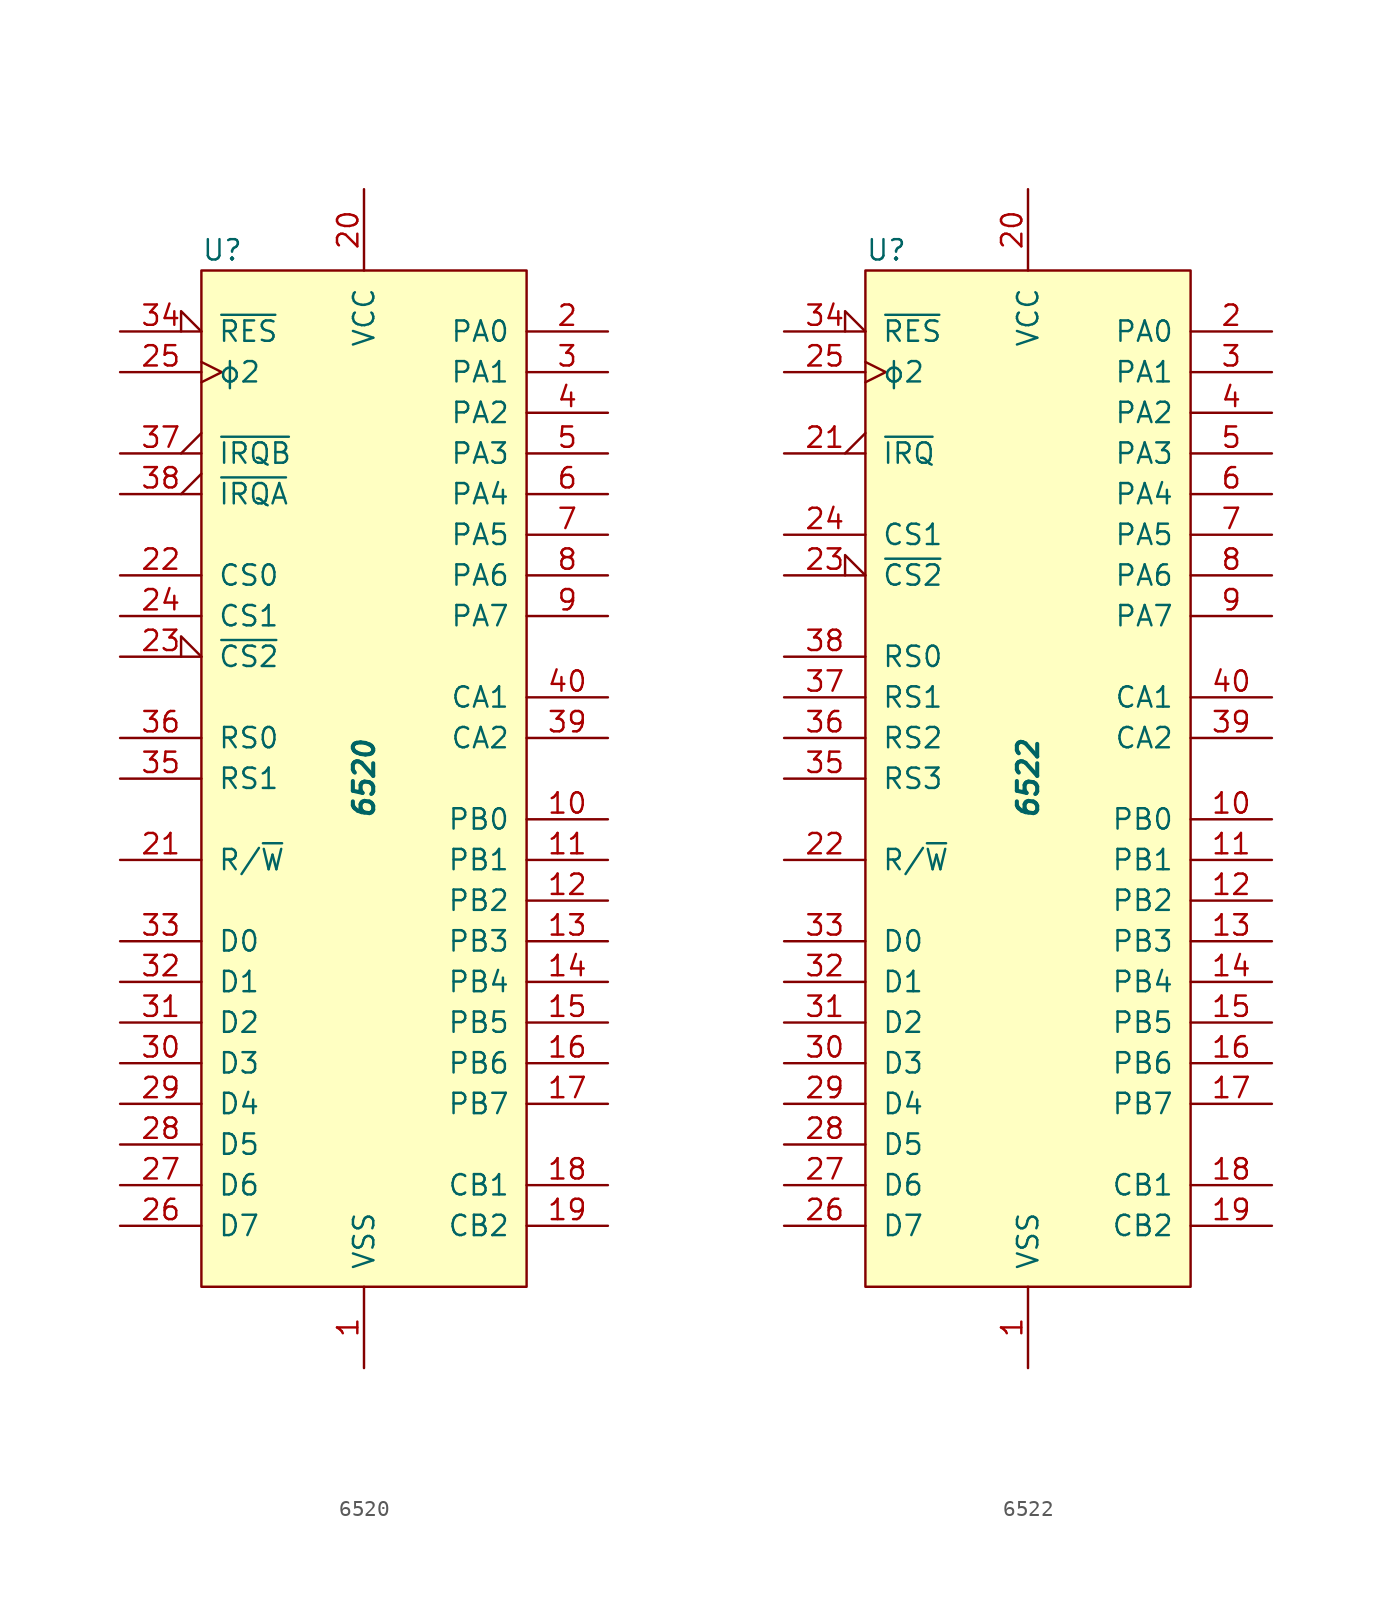
<source format=kicad_sym>
(kicad_symbol_lib
  (version 20201005)
  (generator kicad_symbol_editor)
  (symbol "6520"
    (pin_names
      (offset 1.016))
    (property "Reference" "U"
      (at -10.16 33.02 0)
      (effects (font (size 1.27 1.27)) (justify left)))
    (property "Value" "6520"
      (at 0 0 90)
      (effects (font (size 1.27 1.27) bold italic)))
    (symbol "6520_0_1"
      (rectangle (start -10.16 31.75) (end 10.16 -31.75) (stroke (width 0)) (fill (type background))))
    (symbol "6520_1_1"
      (pin power_in line (at 0 -36.83 90) (length 5.08) (name "VSS" (effects (font (size 1.27 1.27)))) (number "1" (effects (font (size 1.27 1.27)))))
      (pin bidirectional line (at 15.24 -2.54 180) (length 5.08) (name "PB0" (effects (font (size 1.27 1.27)))) (number "10" (effects (font (size 1.27 1.27)))))
      (pin bidirectional line (at 15.24 -5.08 180) (length 5.08) (name "PB1" (effects (font (size 1.27 1.27)))) (number "11" (effects (font (size 1.27 1.27)))))
      (pin bidirectional line (at 15.24 -7.62 180) (length 5.08) (name "PB2" (effects (font (size 1.27 1.27)))) (number "12" (effects (font (size 1.27 1.27)))))
      (pin bidirectional line (at 15.24 -10.16 180) (length 5.08) (name "PB3" (effects (font (size 1.27 1.27)))) (number "13" (effects (font (size 1.27 1.27)))))
      (pin bidirectional line (at 15.24 -12.7 180) (length 5.08) (name "PB4" (effects (font (size 1.27 1.27)))) (number "14" (effects (font (size 1.27 1.27)))))
      (pin bidirectional line (at 15.24 -15.24 180) (length 5.08) (name "PB5" (effects (font (size 1.27 1.27)))) (number "15" (effects (font (size 1.27 1.27)))))
      (pin bidirectional line (at 15.24 -17.78 180) (length 5.08) (name "PB6" (effects (font (size 1.27 1.27)))) (number "16" (effects (font (size 1.27 1.27)))))
      (pin bidirectional line (at 15.24 -20.32 180) (length 5.08) (name "PB7" (effects (font (size 1.27 1.27)))) (number "17" (effects (font (size 1.27 1.27)))))
      (pin input line (at 15.24 -25.4 180) (length 5.08) (name "CB1" (effects (font (size 1.27 1.27)))) (number "18" (effects (font (size 1.27 1.27)))))
      (pin bidirectional line (at 15.24 -27.94 180) (length 5.08) (name "CB2" (effects (font (size 1.27 1.27)))) (number "19" (effects (font (size 1.27 1.27)))))
      (pin bidirectional line (at 15.24 27.94 180) (length 5.08) (name "PA0" (effects (font (size 1.27 1.27)))) (number "2" (effects (font (size 1.27 1.27)))))
      (pin power_in line (at 0 36.83 270) (length 5.08) (name "VCC" (effects (font (size 1.27 1.27)))) (number "20" (effects (font (size 1.27 1.27)))))
      (pin input line (at -15.24 -5.08 0) (length 5.08) (name "R/~W" (effects (font (size 1.27 1.27)))) (number "21" (effects (font (size 1.27 1.27)))))
      (pin input line (at -15.24 12.7 0) (length 5.08) (name "CS0" (effects (font (size 1.27 1.27)))) (number "22" (effects (font (size 1.27 1.27)))))
      (pin input input_low (at -15.24 7.62 0) (length 5.08) (name "~CS2" (effects (font (size 1.27 1.27)))) (number "23" (effects (font (size 1.27 1.27)))))
      (pin input line (at -15.24 10.16 0) (length 5.08) (name "CS1" (effects (font (size 1.27 1.27)))) (number "24" (effects (font (size 1.27 1.27)))))
      (pin input clock (at -15.24 25.4 0) (length 5.08) (name "ϕ2" (effects (font (size 1.27 1.27)))) (number "25" (effects (font (size 1.27 1.27)))))
      (pin bidirectional line (at -15.24 -27.94 0) (length 5.08) (name "D7" (effects (font (size 1.27 1.27)))) (number "26" (effects (font (size 1.27 1.27)))))
      (pin bidirectional line (at -15.24 -25.4 0) (length 5.08) (name "D6" (effects (font (size 1.27 1.27)))) (number "27" (effects (font (size 1.27 1.27)))))
      (pin bidirectional line (at -15.24 -22.86 0) (length 5.08) (name "D5" (effects (font (size 1.27 1.27)))) (number "28" (effects (font (size 1.27 1.27)))))
      (pin bidirectional line (at -15.24 -20.32 0) (length 5.08) (name "D4" (effects (font (size 1.27 1.27)))) (number "29" (effects (font (size 1.27 1.27)))))
      (pin bidirectional line (at 15.24 25.4 180) (length 5.08) (name "PA1" (effects (font (size 1.27 1.27)))) (number "3" (effects (font (size 1.27 1.27)))))
      (pin bidirectional line (at -15.24 -17.78 0) (length 5.08) (name "D3" (effects (font (size 1.27 1.27)))) (number "30" (effects (font (size 1.27 1.27)))))
      (pin bidirectional line (at -15.24 -15.24 0) (length 5.08) (name "D2" (effects (font (size 1.27 1.27)))) (number "31" (effects (font (size 1.27 1.27)))))
      (pin bidirectional line (at -15.24 -12.7 0) (length 5.08) (name "D1" (effects (font (size 1.27 1.27)))) (number "32" (effects (font (size 1.27 1.27)))))
      (pin bidirectional line (at -15.24 -10.16 0) (length 5.08) (name "D0" (effects (font (size 1.27 1.27)))) (number "33" (effects (font (size 1.27 1.27)))))
      (pin input input_low (at -15.24 27.94 0) (length 5.08) (name "~RES" (effects (font (size 1.27 1.27)))) (number "34" (effects (font (size 1.27 1.27)))))
      (pin input line (at -15.24 0 0) (length 5.08) (name "RS1" (effects (font (size 1.27 1.27)))) (number "35" (effects (font (size 1.27 1.27)))))
      (pin input line (at -15.24 2.54 0) (length 5.08) (name "RS0" (effects (font (size 1.27 1.27)))) (number "36" (effects (font (size 1.27 1.27)))))
      (pin open_collector output_low (at -15.24 20.32 0) (length 5.08) (name "~IRQB" (effects (font (size 1.27 1.27)))) (number "37" (effects (font (size 1.27 1.27)))))
      (pin open_collector output_low (at -15.24 17.78 0) (length 5.08) (name "~IRQA" (effects (font (size 1.27 1.27)))) (number "38" (effects (font (size 1.27 1.27)))))
      (pin bidirectional line (at 15.24 2.54 180) (length 5.08) (name "CA2" (effects (font (size 1.27 1.27)))) (number "39" (effects (font (size 1.27 1.27)))))
      (pin bidirectional line (at 15.24 22.86 180) (length 5.08) (name "PA2" (effects (font (size 1.27 1.27)))) (number "4" (effects (font (size 1.27 1.27)))))
      (pin input line (at 15.24 5.08 180) (length 5.08) (name "CA1" (effects (font (size 1.27 1.27)))) (number "40" (effects (font (size 1.27 1.27)))))
      (pin bidirectional line (at 15.24 20.32 180) (length 5.08) (name "PA3" (effects (font (size 1.27 1.27)))) (number "5" (effects (font (size 1.27 1.27)))))
      (pin bidirectional line (at 15.24 17.78 180) (length 5.08) (name "PA4" (effects (font (size 1.27 1.27)))) (number "6" (effects (font (size 1.27 1.27)))))
      (pin bidirectional line (at 15.24 15.24 180) (length 5.08) (name "PA5" (effects (font (size 1.27 1.27)))) (number "7" (effects (font (size 1.27 1.27)))))
      (pin bidirectional line (at 15.24 12.7 180) (length 5.08) (name "PA6" (effects (font (size 1.27 1.27)))) (number "8" (effects (font (size 1.27 1.27)))))
      (pin bidirectional line (at 15.24 10.16 180) (length 5.08) (name "PA7" (effects (font (size 1.27 1.27)))) (number "9" (effects (font (size 1.27 1.27)))))))
  (symbol "6522"
    (pin_names
      (offset 1.016))
    (property "Reference" "U"
      (at -10.16 33.02 0)
      (effects (font (size 1.27 1.27)) (justify left)))
    (property "Value" "6522"
      (at 0 0 90)
      (effects (font (size 1.27 1.27) bold italic)))
    (symbol "6522_0_1"
      (rectangle (start -10.16 31.75) (end 10.16 -31.75) (stroke (width 0)) (fill (type background))))
    (symbol "6522_1_1"
      (pin power_in line (at 0 -36.83 90) (length 5.08) (name "VSS" (effects (font (size 1.27 1.27)))) (number "1" (effects (font (size 1.27 1.27)))))
      (pin bidirectional line (at 15.24 -2.54 180) (length 5.08) (name "PB0" (effects (font (size 1.27 1.27)))) (number "10" (effects (font (size 1.27 1.27)))))
      (pin bidirectional line (at 15.24 -5.08 180) (length 5.08) (name "PB1" (effects (font (size 1.27 1.27)))) (number "11" (effects (font (size 1.27 1.27)))))
      (pin bidirectional line (at 15.24 -7.62 180) (length 5.08) (name "PB2" (effects (font (size 1.27 1.27)))) (number "12" (effects (font (size 1.27 1.27)))))
      (pin bidirectional line (at 15.24 -10.16 180) (length 5.08) (name "PB3" (effects (font (size 1.27 1.27)))) (number "13" (effects (font (size 1.27 1.27)))))
      (pin bidirectional line (at 15.24 -12.7 180) (length 5.08) (name "PB4" (effects (font (size 1.27 1.27)))) (number "14" (effects (font (size 1.27 1.27)))))
      (pin bidirectional line (at 15.24 -15.24 180) (length 5.08) (name "PB5" (effects (font (size 1.27 1.27)))) (number "15" (effects (font (size 1.27 1.27)))))
      (pin bidirectional line (at 15.24 -17.78 180) (length 5.08) (name "PB6" (effects (font (size 1.27 1.27)))) (number "16" (effects (font (size 1.27 1.27)))))
      (pin bidirectional line (at 15.24 -20.32 180) (length 5.08) (name "PB7" (effects (font (size 1.27 1.27)))) (number "17" (effects (font (size 1.27 1.27)))))
      (pin input line (at 15.24 -25.4 180) (length 5.08) (name "CB1" (effects (font (size 1.27 1.27)))) (number "18" (effects (font (size 1.27 1.27)))))
      (pin bidirectional line (at 15.24 -27.94 180) (length 5.08) (name "CB2" (effects (font (size 1.27 1.27)))) (number "19" (effects (font (size 1.27 1.27)))))
      (pin bidirectional line (at 15.24 27.94 180) (length 5.08) (name "PA0" (effects (font (size 1.27 1.27)))) (number "2" (effects (font (size 1.27 1.27)))))
      (pin power_in line (at 0 36.83 270) (length 5.08) (name "VCC" (effects (font (size 1.27 1.27)))) (number "20" (effects (font (size 1.27 1.27)))))
      (pin open_collector output_low (at -15.24 20.32 0) (length 5.08) (name "~IRQ" (effects (font (size 1.27 1.27)))) (number "21" (effects (font (size 1.27 1.27)))))
      (pin input line (at -15.24 -5.08 0) (length 5.08) (name "R/~W" (effects (font (size 1.27 1.27)))) (number "22" (effects (font (size 1.27 1.27)))))
      (pin input input_low (at -15.24 12.7 0) (length 5.08) (name "~CS2" (effects (font (size 1.27 1.27)))) (number "23" (effects (font (size 1.27 1.27)))))
      (pin input line (at -15.24 15.24 0) (length 5.08) (name "CS1" (effects (font (size 1.27 1.27)))) (number "24" (effects (font (size 1.27 1.27)))))
      (pin input clock (at -15.24 25.4 0) (length 5.08) (name "ϕ2" (effects (font (size 1.27 1.27)))) (number "25" (effects (font (size 1.27 1.27)))))
      (pin bidirectional line (at -15.24 -27.94 0) (length 5.08) (name "D7" (effects (font (size 1.27 1.27)))) (number "26" (effects (font (size 1.27 1.27)))))
      (pin bidirectional line (at -15.24 -25.4 0) (length 5.08) (name "D6" (effects (font (size 1.27 1.27)))) (number "27" (effects (font (size 1.27 1.27)))))
      (pin bidirectional line (at -15.24 -22.86 0) (length 5.08) (name "D5" (effects (font (size 1.27 1.27)))) (number "28" (effects (font (size 1.27 1.27)))))
      (pin bidirectional line (at -15.24 -20.32 0) (length 5.08) (name "D4" (effects (font (size 1.27 1.27)))) (number "29" (effects (font (size 1.27 1.27)))))
      (pin bidirectional line (at 15.24 25.4 180) (length 5.08) (name "PA1" (effects (font (size 1.27 1.27)))) (number "3" (effects (font (size 1.27 1.27)))))
      (pin bidirectional line (at -15.24 -17.78 0) (length 5.08) (name "D3" (effects (font (size 1.27 1.27)))) (number "30" (effects (font (size 1.27 1.27)))))
      (pin bidirectional line (at -15.24 -15.24 0) (length 5.08) (name "D2" (effects (font (size 1.27 1.27)))) (number "31" (effects (font (size 1.27 1.27)))))
      (pin bidirectional line (at -15.24 -12.7 0) (length 5.08) (name "D1" (effects (font (size 1.27 1.27)))) (number "32" (effects (font (size 1.27 1.27)))))
      (pin bidirectional line (at -15.24 -10.16 0) (length 5.08) (name "D0" (effects (font (size 1.27 1.27)))) (number "33" (effects (font (size 1.27 1.27)))))
      (pin input input_low (at -15.24 27.94 0) (length 5.08) (name "~RES" (effects (font (size 1.27 1.27)))) (number "34" (effects (font (size 1.27 1.27)))))
      (pin input line (at -15.24 0 0) (length 5.08) (name "RS3" (effects (font (size 1.27 1.27)))) (number "35" (effects (font (size 1.27 1.27)))))
      (pin input line (at -15.24 2.54 0) (length 5.08) (name "RS2" (effects (font (size 1.27 1.27)))) (number "36" (effects (font (size 1.27 1.27)))))
      (pin input line (at -15.24 5.08 0) (length 5.08) (name "RS1" (effects (font (size 1.27 1.27)))) (number "37" (effects (font (size 1.27 1.27)))))
      (pin input line (at -15.24 7.62 0) (length 5.08) (name "RS0" (effects (font (size 1.27 1.27)))) (number "38" (effects (font (size 1.27 1.27)))))
      (pin bidirectional line (at 15.24 2.54 180) (length 5.08) (name "CA2" (effects (font (size 1.27 1.27)))) (number "39" (effects (font (size 1.27 1.27)))))
      (pin bidirectional line (at 15.24 22.86 180) (length 5.08) (name "PA2" (effects (font (size 1.27 1.27)))) (number "4" (effects (font (size 1.27 1.27)))))
      (pin input line (at 15.24 5.08 180) (length 5.08) (name "CA1" (effects (font (size 1.27 1.27)))) (number "40" (effects (font (size 1.27 1.27)))))
      (pin bidirectional line (at 15.24 20.32 180) (length 5.08) (name "PA3" (effects (font (size 1.27 1.27)))) (number "5" (effects (font (size 1.27 1.27)))))
      (pin bidirectional line (at 15.24 17.78 180) (length 5.08) (name "PA4" (effects (font (size 1.27 1.27)))) (number "6" (effects (font (size 1.27 1.27)))))
      (pin bidirectional line (at 15.24 15.24 180) (length 5.08) (name "PA5" (effects (font (size 1.27 1.27)))) (number "7" (effects (font (size 1.27 1.27)))))
      (pin bidirectional line (at 15.24 12.7 180) (length 5.08) (name "PA6" (effects (font (size 1.27 1.27)))) (number "8" (effects (font (size 1.27 1.27)))))
      (pin bidirectional line (at 15.24 10.16 180) (length 5.08) (name "PA7" (effects (font (size 1.27 1.27)))) (number "9" (effects (font (size 1.27 1.27))))))))
</source>
